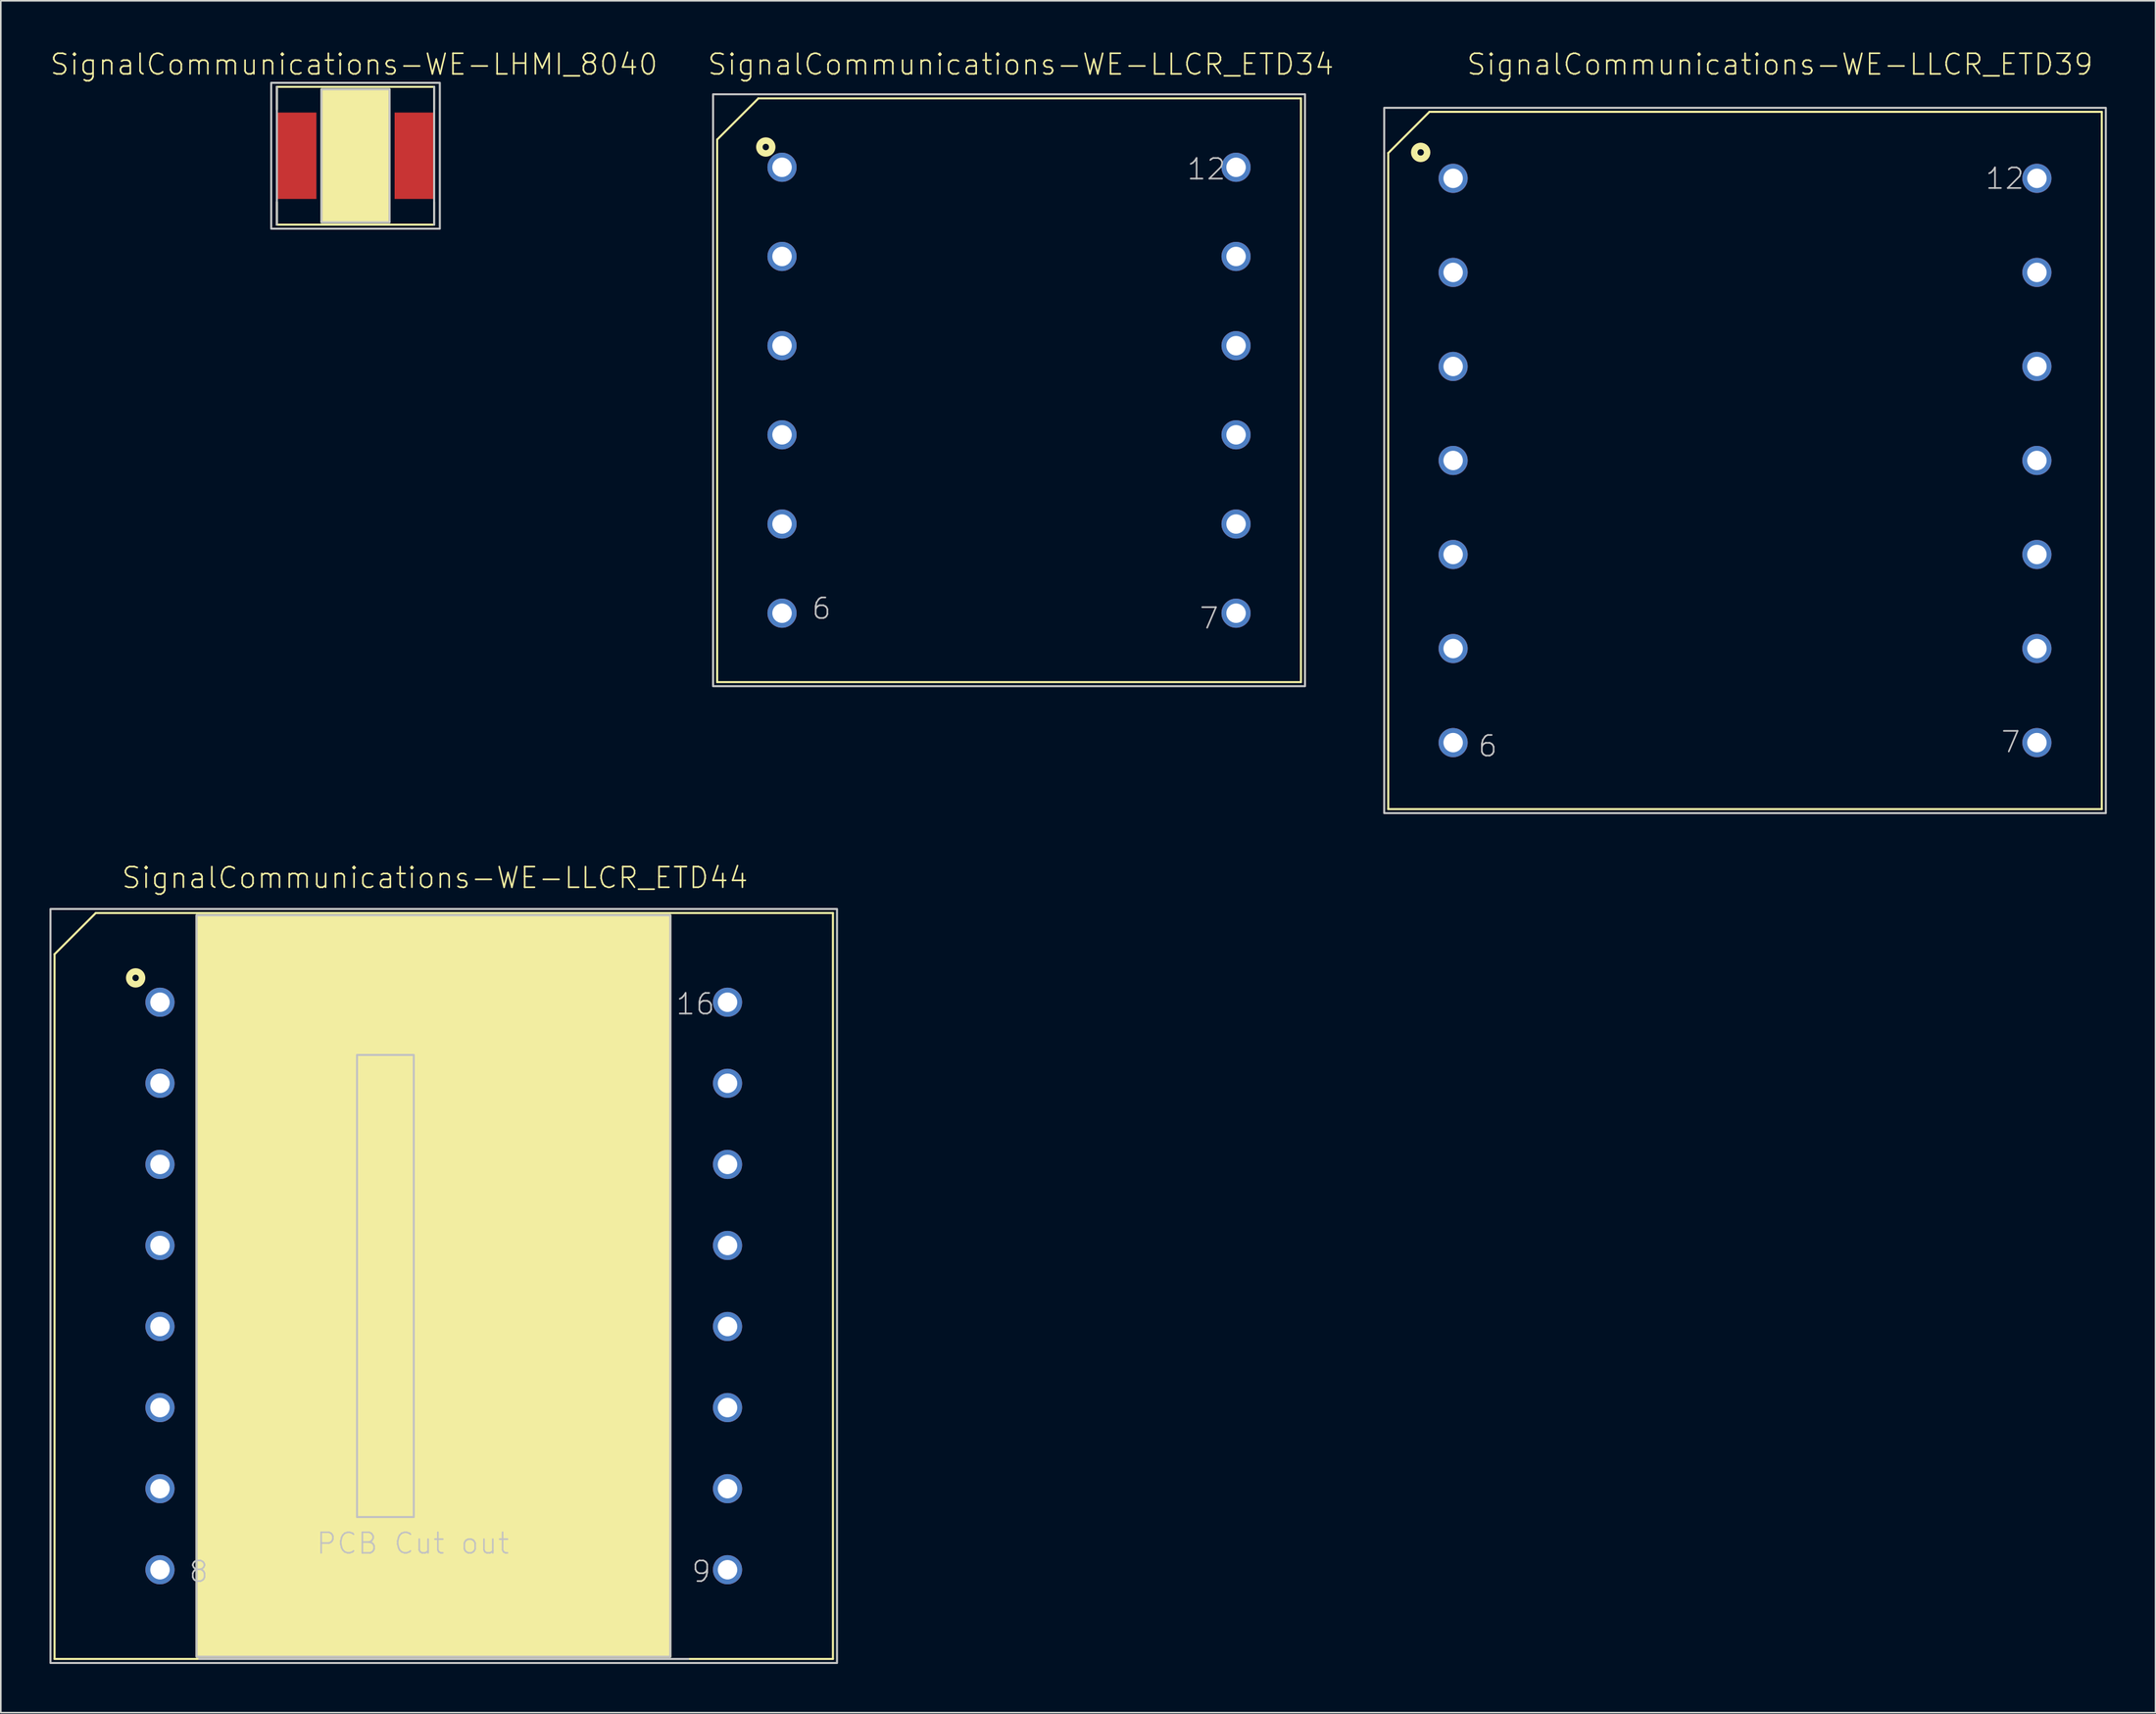
<source format=kicad_pcb>
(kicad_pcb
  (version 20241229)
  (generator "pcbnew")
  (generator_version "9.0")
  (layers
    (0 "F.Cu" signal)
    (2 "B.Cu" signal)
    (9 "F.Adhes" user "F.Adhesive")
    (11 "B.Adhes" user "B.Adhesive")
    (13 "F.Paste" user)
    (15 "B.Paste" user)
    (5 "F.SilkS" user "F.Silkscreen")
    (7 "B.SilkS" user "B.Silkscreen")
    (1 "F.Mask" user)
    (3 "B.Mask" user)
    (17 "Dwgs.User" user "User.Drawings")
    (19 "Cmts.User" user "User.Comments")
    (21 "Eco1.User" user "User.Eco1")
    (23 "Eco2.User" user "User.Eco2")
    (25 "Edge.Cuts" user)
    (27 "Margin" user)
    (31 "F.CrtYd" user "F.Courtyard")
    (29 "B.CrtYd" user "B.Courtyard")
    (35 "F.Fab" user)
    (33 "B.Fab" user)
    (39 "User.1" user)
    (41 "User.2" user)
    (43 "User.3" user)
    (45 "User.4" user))
  (footprint "SignalCommunications-WE-LHMI_8040"
    (layer "F.Cu")
    (at 18.872 6.555)
    (property "Reference" "SignalCommunications-WE-LHMI_8040" (at -0.099 -5.634 0) (layer "F.SilkS") (effects (font (size 1.27 1.27) (thickness 0.102))))
    (attr smd)
    (fp_line (start -4.849 -4.249) (end 4.849 -4.249) (stroke (width 0.127) (type solid)) (layer "F.SilkS"))
    (fp_line (start -4.849 -2.857) (end -4.849 -4.249) (stroke (width 0.127) (type solid)) (layer "F.SilkS"))
    (fp_line (start -4.849 2.857) (end -4.849 4.249) (stroke (width 0.127) (type solid)) (layer "F.SilkS"))
    (fp_line (start 4.849 -2.857) (end 4.849 -4.249) (stroke (width 0.127) (type solid)) (layer "F.SilkS"))
    (fp_line (start 4.849 2.857) (end 4.849 4.249) (stroke (width 0.127) (type solid)) (layer "F.SilkS"))
    (fp_line (start 4.849 4.249) (end -4.849 4.249) (stroke (width 0.127) (type solid)) (layer "F.SilkS"))
    (fp_poly (pts (xy -1.999 -4.1) (xy 2.098 -4.1) (xy 2.098 4.1) (xy -2.098 4.1) (xy -2.098 -4.1) (xy -1.999 -4.1)) (stroke (width 0.127) (type solid)) (fill yes) (layer "F.SilkS"))
    (fp_line (start -4.849 4.249) (end -4.849 -4.249) (stroke (width 0.127) (type solid)) (layer "Dwgs.User"))
    (fp_line (start 4.849 -4.249) (end 4.849 4.249) (stroke (width 0.127) (type solid)) (layer "Dwgs.User"))
    (fp_poly (pts (xy -5.199 -4.498) (xy 5.199 -4.498) (xy 5.199 4.498) (xy -5.199 4.498) (xy -5.199 -4.498)) (stroke (width 0.127) (type solid)) (fill no) (layer "Dwgs.User"))
    (fp_poly (pts (xy -2.098 -4.1) (xy 2.098 -4.1) (xy 2.098 4.1) (xy -2.098 4.1) (xy -2.098 -4.1)) (stroke (width 0.127) (type solid)) (fill no) (layer "Dwgs.User"))
    (pad "1" smd rect (at -3.619 0) (size 2.418 5.329) (layers "F.Cu" "F.Mask" "F.Paste"))
    (pad "2" smd rect (at 3.619 0) (size 2.418 5.329) (layers "F.Cu" "F.Mask" "F.Paste")))
  (footprint "SignalCommunications-WE-LLCR_ETD44"
    (layer "F.Cu")
    (at 24.313 76.252)
    (property "Reference" "SignalCommunications-WE-LLCR_ETD44" (at -0.544 -25.174 0) (layer "F.SilkS") (effects (font (size 1.27 1.27) (thickness 0.102))))
    (attr exclude_from_pos_files exclude_from_bom)
    (fp_line (start -23.998 -20.46) (end -21.458 -23) (stroke (width 0.127) (type solid)) (layer "F.SilkS"))
    (fp_line (start -23.998 23) (end -23.998 -20.46) (stroke (width 0.127) (type solid)) (layer "F.SilkS"))
    (fp_line (start -23.998 23) (end 23.998 23) (stroke (width 0.127) (type solid)) (layer "F.SilkS"))
    (fp_line (start -21.458 -23) (end 23.998 -23) (stroke (width 0.127) (type solid)) (layer "F.SilkS"))
    (fp_line (start 23.998 -23) (end 23.998 23) (stroke (width 0.127) (type solid)) (layer "F.SilkS"))
    (fp_circle (center -18.999 -18.999) (end -18.999 -19.197) (stroke (width 0.399) (type solid)) (fill no) (layer "F.SilkS"))
    (fp_poly (pts (xy -15.24 -22.86) (xy 13.97 -22.86) (xy 13.97 22.86) (xy -15.24 22.86) (xy -15.24 -22.86)) (stroke (width 0.127) (type solid)) (fill yes) (layer "F.SilkS"))
    (fp_line (start 15.08 23) (end -15.08 23) (stroke (width 0.127) (type solid)) (layer "Dwgs.User"))
    (fp_poly (pts (xy -24.249 -23.249) (xy 24.249 -23.249) (xy 24.249 23.249) (xy -24.249 23.249) (xy -24.249 -23.249)) (stroke (width 0.127) (type solid)) (fill no) (layer "Dwgs.User"))
    (fp_poly (pts (xy -15.24 -22.86) (xy 13.97 -22.86) (xy 13.97 22.86) (xy -15.24 22.86) (xy -15.24 -22.86)) (stroke (width 0.127) (type solid)) (fill no) (layer "Dwgs.User"))
    (fp_poly (pts (xy -5.349 -14.249) (xy -1.849 -14.249) (xy -1.849 14.249) (xy -5.349 14.249) (xy -5.349 -14.249)) (stroke (width 0.127) (type solid)) (fill no) (layer "Dwgs.User"))
    (fp_text user "16" (at 15.519 -17.384 0) (layer "Dwgs.User") (effects (font (size 1.27 1.27) (thickness 0.102))))
    (fp_text user "8" (at -15.113 17.615 0) (layer "Dwgs.User") (effects (font (size 1.27 1.27) (thickness 0.102))))
    (fp_text user "PCB Cut out" (at -1.905 15.875 0) (layer "Dwgs.User") (effects (font (size 1.27 1.27) (thickness 0.102))))
    (fp_text user "9" (at 15.883 17.615 0) (layer "Dwgs.User") (effects (font (size 1.27 1.27) (thickness 0.102))))
    (pad "1" thru_hole circle (at -17.498 -17.498) (size 1.798 1.798) (drill 1.199) (layers "*.Cu" "*.Paste" "*.Mask"))
    (pad "2" thru_hole circle (at -17.498 -12.499) (size 1.798 1.798) (drill 1.199) (layers "*.Cu" "*.Paste" "*.Mask"))
    (pad "3" thru_hole circle (at -17.498 -7.498) (size 1.798 1.798) (drill 1.199) (layers "*.Cu" "*.Paste" "*.Mask"))
    (pad "4" thru_hole circle (at -17.498 -2.499) (size 1.798 1.798) (drill 1.199) (layers "*.Cu" "*.Paste" "*.Mask"))
    (pad "5" thru_hole circle (at -17.498 2.499) (size 1.798 1.798) (drill 1.199) (layers "*.Cu" "*.Paste" "*.Mask"))
    (pad "6" thru_hole circle (at -17.498 7.498) (size 1.798 1.798) (drill 1.199) (layers "*.Cu" "*.Paste" "*.Mask"))
    (pad "7" thru_hole circle (at -17.498 12.499) (size 1.798 1.798) (drill 1.199) (layers "*.Cu" "*.Paste" "*.Mask"))
    (pad "8" thru_hole circle (at -17.498 17.498) (size 1.798 1.798) (drill 1.199) (layers "*.Cu" "*.Paste" "*.Mask"))
    (pad "9" thru_hole circle (at 17.498 17.498) (size 1.798 1.798) (drill 1.199) (layers "*.Cu" "*.Paste" "*.Mask"))
    (pad "10" thru_hole circle (at 17.498 12.499) (size 1.798 1.798) (drill 1.199) (layers "*.Cu" "*.Paste" "*.Mask"))
    (pad "11" thru_hole circle (at 17.498 7.498) (size 1.798 1.798) (drill 1.199) (layers "*.Cu" "*.Paste" "*.Mask"))
    (pad "12" thru_hole circle (at 17.498 2.499) (size 1.798 1.798) (drill 1.199) (layers "*.Cu" "*.Paste" "*.Mask"))
    (pad "13" thru_hole circle (at 17.498 -2.499) (size 1.798 1.798) (drill 1.199) (layers "*.Cu" "*.Paste" "*.Mask"))
    (pad "14" thru_hole circle (at 17.498 -7.498) (size 1.798 1.798) (drill 1.199) (layers "*.Cu" "*.Paste" "*.Mask"))
    (pad "15" thru_hole circle (at 17.498 -12.499) (size 1.798 1.798) (drill 1.199) (layers "*.Cu" "*.Paste" "*.Mask"))
    (pad "16" thru_hole circle (at 17.498 -17.498) (size 1.798 1.798) (drill 1.199) (layers "*.Cu" "*.Paste" "*.Mask")))
  (footprint "SignalCommunications-WE-LLCR_ETD34"
    (layer "F.Cu")
    (at 59.17 21.015)
    (property "Reference" "SignalCommunications-WE-LLCR_ETD34" (at 0.724 -20.094 0) (layer "F.SilkS") (effects (font (size 1.27 1.27) (thickness 0.102))))
    (attr exclude_from_pos_files exclude_from_bom)
    (fp_line (start -17.998 -15.458) (end -15.458 -17.998) (stroke (width 0.127) (type solid)) (layer "F.SilkS"))
    (fp_line (start -17.998 17.998) (end -17.998 -15.458) (stroke (width 0.127) (type solid)) (layer "F.SilkS"))
    (fp_line (start -17.998 17.998) (end 17.998 17.998) (stroke (width 0.127) (type solid)) (layer "F.SilkS"))
    (fp_line (start -15.458 -17.998) (end 17.998 -17.998) (stroke (width 0.127) (type solid)) (layer "F.SilkS"))
    (fp_line (start 17.998 -17.998) (end 17.998 17.998) (stroke (width 0.127) (type solid)) (layer "F.SilkS"))
    (fp_circle (center -14.999 -14.999) (end -14.999 -15.197) (stroke (width 0.399) (type solid)) (fill no) (layer "F.SilkS"))
    (fp_poly (pts (xy -18.25 -18.25) (xy 18.25 -18.25) (xy 18.25 18.25) (xy -18.25 18.25) (xy -18.25 -18.25)) (stroke (width 0.127) (type solid)) (fill no) (layer "Dwgs.User"))
    (fp_text user "7" (at 12.334 14.064 0) (layer "Dwgs.User") (effects (font (size 1.27 1.27) (thickness 0.102))))
    (fp_text user "12" (at 12.169 -13.635 0) (layer "Dwgs.User") (effects (font (size 1.27 1.27) (thickness 0.102))))
    (fp_text user "6" (at -11.565 13.465 0) (layer "Dwgs.User") (effects (font (size 1.27 1.27) (thickness 0.102))))
    (pad "1" thru_hole circle (at -13.998 -13.749) (size 1.798 1.798) (drill 1.199) (layers "*.Cu" "*.Paste" "*.Mask"))
    (pad "2" thru_hole circle (at -13.998 -8.25) (size 1.798 1.798) (drill 1.199) (layers "*.Cu" "*.Paste" "*.Mask"))
    (pad "3" thru_hole circle (at -13.998 -2.748) (size 1.798 1.798) (drill 1.199) (layers "*.Cu" "*.Paste" "*.Mask"))
    (pad "4" thru_hole circle (at -13.998 2.748) (size 1.798 1.798) (drill 1.199) (layers "*.Cu" "*.Paste" "*.Mask"))
    (pad "5" thru_hole circle (at -13.998 8.25) (size 1.798 1.798) (drill 1.199) (layers "*.Cu" "*.Paste" "*.Mask"))
    (pad "6" thru_hole circle (at -13.998 13.749) (size 1.798 1.798) (drill 1.199) (layers "*.Cu" "*.Paste" "*.Mask"))
    (pad "7" thru_hole circle (at 13.998 13.749) (size 1.798 1.798) (drill 1.199) (layers "*.Cu" "*.Paste" "*.Mask"))
    (pad "8" thru_hole circle (at 13.998 8.25) (size 1.798 1.798) (drill 1.199) (layers "*.Cu" "*.Paste" "*.Mask"))
    (pad "9" thru_hole circle (at 13.998 2.748) (size 1.798 1.798) (drill 1.199) (layers "*.Cu" "*.Paste" "*.Mask"))
    (pad "10" thru_hole circle (at 13.998 -2.748) (size 1.798 1.798) (drill 1.199) (layers "*.Cu" "*.Paste" "*.Mask"))
    (pad "11" thru_hole circle (at 13.998 -8.25) (size 1.798 1.798) (drill 1.199) (layers "*.Cu" "*.Paste" "*.Mask"))
    (pad "12" thru_hole circle (at 13.998 -13.749) (size 1.798 1.798) (drill 1.199) (layers "*.Cu" "*.Paste" "*.Mask")))
  (footprint "SignalCommunications-WE-LLCR_ETD39"
    (layer "F.Cu")
    (at 104.552 25.346)
    (property "Reference" "SignalCommunications-WE-LLCR_ETD39" (at 2.154 -24.425 0) (layer "F.SilkS") (effects (font (size 1.27 1.27) (thickness 0.102))))
    (attr exclude_from_pos_files exclude_from_bom)
    (fp_line (start -21.999 -18.959) (end -19.459 -21.499) (stroke (width 0.127) (type solid)) (layer "F.SilkS"))
    (fp_line (start -21.999 21.499) (end -21.999 -18.959) (stroke (width 0.127) (type solid)) (layer "F.SilkS"))
    (fp_line (start -21.999 21.499) (end 21.999 21.499) (stroke (width 0.127) (type solid)) (layer "F.SilkS"))
    (fp_line (start -19.459 -21.499) (end 21.999 -21.499) (stroke (width 0.127) (type solid)) (layer "F.SilkS"))
    (fp_line (start 21.999 -21.499) (end 21.999 21.499) (stroke (width 0.127) (type solid)) (layer "F.SilkS"))
    (fp_circle (center -20 -18.999) (end -20 -19.197) (stroke (width 0.399) (type solid)) (fill no) (layer "F.SilkS"))
    (fp_poly (pts (xy -22.248 -21.747) (xy 22.248 -21.747) (xy 22.248 21.747) (xy -22.248 21.747) (xy -22.248 -21.747)) (stroke (width 0.127) (type solid)) (fill no) (layer "Dwgs.User"))
    (fp_text user "12" (at 16.02 -17.384 0) (layer "Dwgs.User") (effects (font (size 1.27 1.27) (thickness 0.102))))
    (fp_text user "7" (at 16.383 17.363 0) (layer "Dwgs.User") (effects (font (size 1.27 1.27) (thickness 0.102))))
    (fp_text user "6" (at -15.865 17.615 0) (layer "Dwgs.User") (effects (font (size 1.27 1.27) (thickness 0.102))))
    (pad "1" thru_hole circle (at -17.998 -17.399) (size 1.798 1.798) (drill 1.199) (layers "*.Cu" "*.Paste" "*.Mask"))
    (pad "2" thru_hole circle (at -17.998 -11.598) (size 1.798 1.798) (drill 1.199) (layers "*.Cu" "*.Paste" "*.Mask"))
    (pad "3" thru_hole circle (at -17.998 -5.799) (size 1.798 1.798) (drill 1.199) (layers "*.Cu" "*.Paste" "*.Mask"))
    (pad "4" thru_hole circle (at -17.998 0) (size 1.798 1.798) (drill 1.199) (layers "*.Cu" "*.Paste" "*.Mask"))
    (pad "5" thru_hole circle (at -17.998 5.799) (size 1.798 1.798) (drill 1.199) (layers "*.Cu" "*.Paste" "*.Mask"))
    (pad "6" thru_hole circle (at -17.998 11.598) (size 1.798 1.798) (drill 1.199) (layers "*.Cu" "*.Paste" "*.Mask"))
    (pad "7" thru_hole circle (at -17.998 17.399) (size 1.798 1.798) (drill 1.199) (layers "*.Cu" "*.Paste" "*.Mask"))
    (pad "8" thru_hole circle (at 17.998 17.399) (size 1.798 1.798) (drill 1.199) (layers "*.Cu" "*.Paste" "*.Mask"))
    (pad "9" thru_hole circle (at 17.998 11.598) (size 1.798 1.798) (drill 1.199) (layers "*.Cu" "*.Paste" "*.Mask"))
    (pad "10" thru_hole circle (at 17.998 5.799) (size 1.798 1.798) (drill 1.199) (layers "*.Cu" "*.Paste" "*.Mask"))
    (pad "11" thru_hole circle (at 17.998 0) (size 1.798 1.798) (drill 1.199) (layers "*.Cu" "*.Paste" "*.Mask"))
    (pad "12" thru_hole circle (at 17.998 -5.799) (size 1.798 1.798) (drill 1.199) (layers "*.Cu" "*.Paste" "*.Mask"))
    (pad "13" thru_hole circle (at 17.998 -11.598) (size 1.798 1.798) (drill 1.199) (layers "*.Cu" "*.Paste" "*.Mask"))
    (pad "14" thru_hole circle (at 17.998 -17.399) (size 1.798 1.798) (drill 1.199) (layers "*.Cu" "*.Paste" "*.Mask")))
  (gr_rect
    (start -3 -3)
    (end 129.864 102.564)
    (stroke (width 0.1) (type default))
    (fill no)
    (layer "Edge.Cuts")))
</source>
